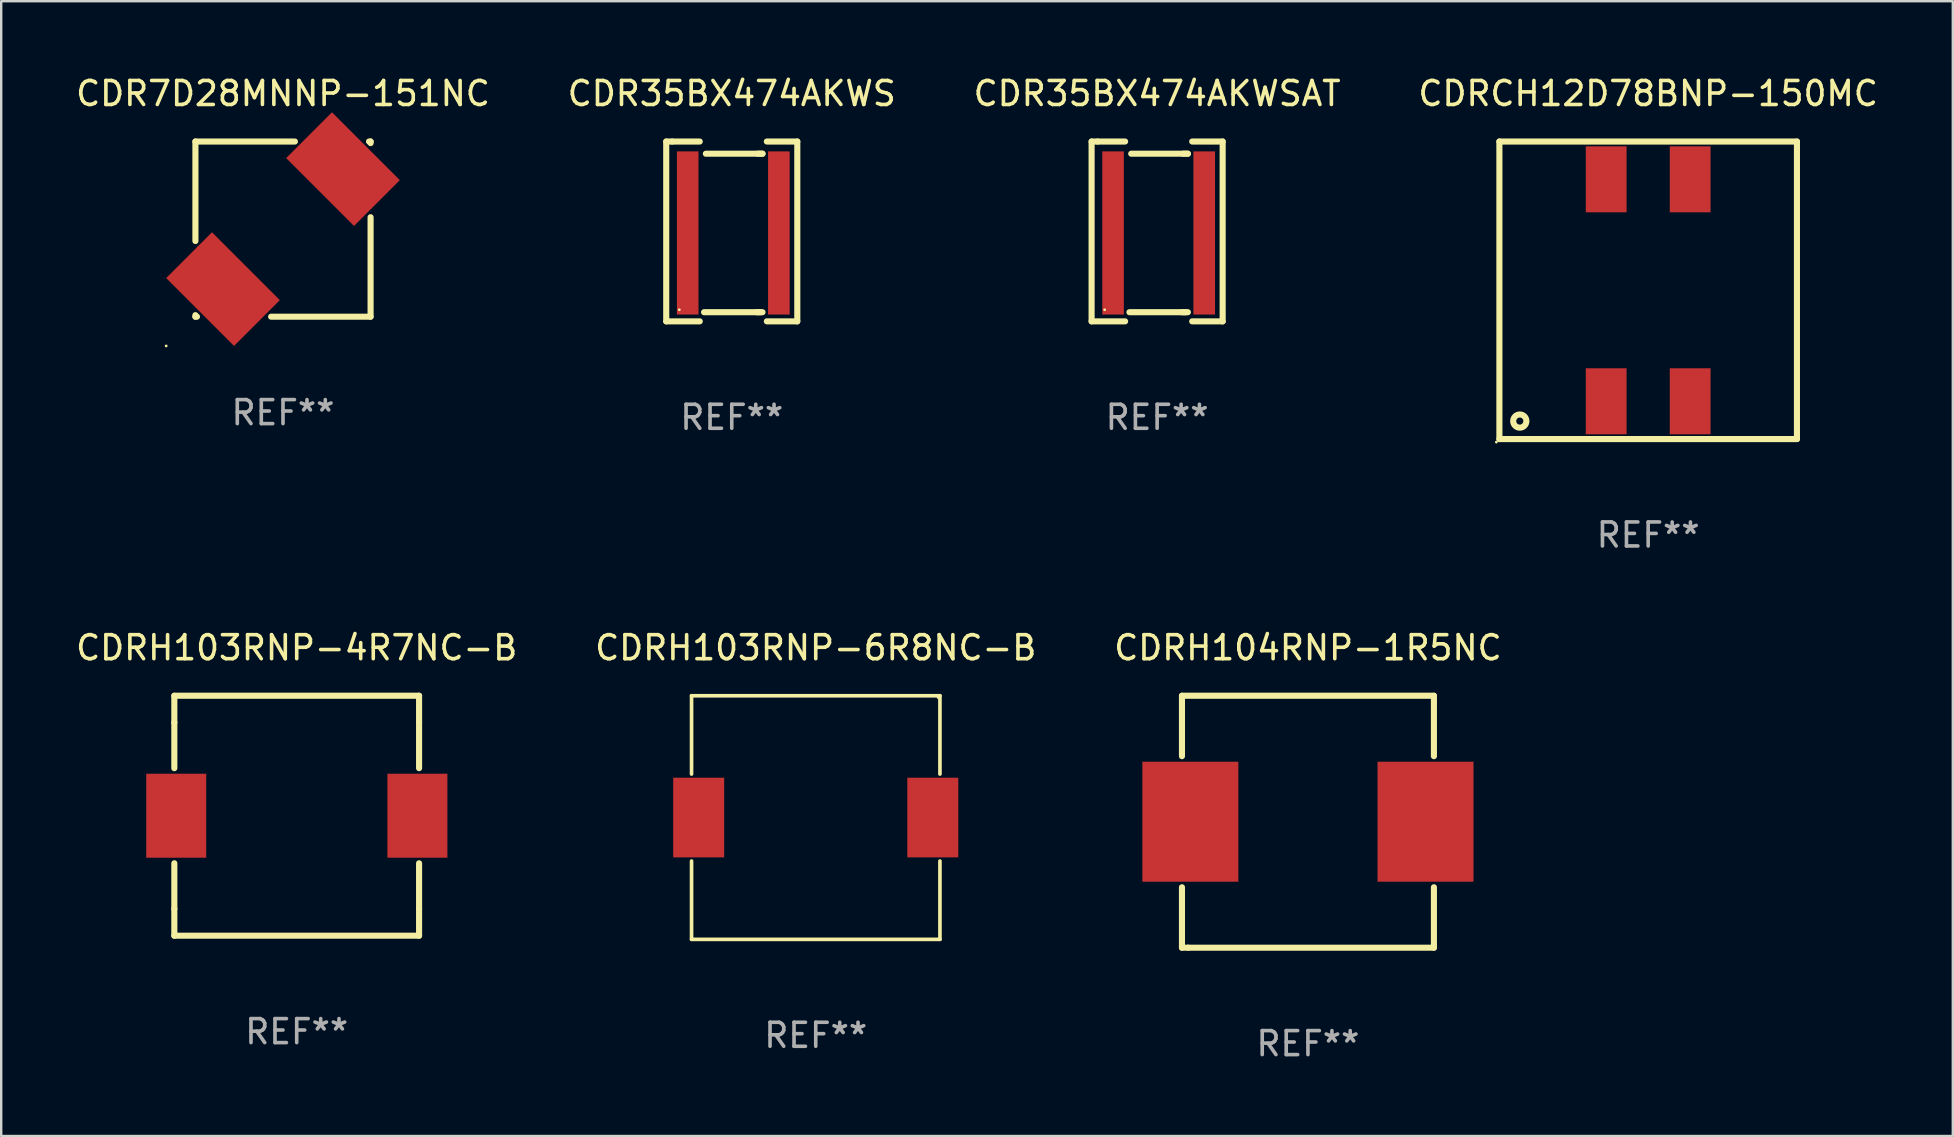
<source format=kicad_pcb>
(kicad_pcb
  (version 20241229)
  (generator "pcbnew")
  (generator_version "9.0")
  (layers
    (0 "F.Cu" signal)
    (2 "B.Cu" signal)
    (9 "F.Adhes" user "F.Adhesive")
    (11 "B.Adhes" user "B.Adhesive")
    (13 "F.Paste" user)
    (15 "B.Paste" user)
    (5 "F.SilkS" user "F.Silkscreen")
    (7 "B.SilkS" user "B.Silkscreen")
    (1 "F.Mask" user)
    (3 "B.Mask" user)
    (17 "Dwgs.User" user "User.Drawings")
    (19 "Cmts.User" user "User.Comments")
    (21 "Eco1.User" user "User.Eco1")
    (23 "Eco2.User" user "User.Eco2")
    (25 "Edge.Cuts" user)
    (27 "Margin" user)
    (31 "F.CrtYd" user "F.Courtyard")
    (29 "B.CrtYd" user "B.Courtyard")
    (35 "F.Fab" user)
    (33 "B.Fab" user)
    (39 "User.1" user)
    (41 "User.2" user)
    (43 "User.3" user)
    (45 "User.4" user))
  (footprint "CDR35BX474AKWSAT"
    (layer "F.Cu")
    (at 45.173 6.595)
    (property "Reference" "CDR35BX474AKWSAT" (at 0 -5.747 0) (layer "F.SilkS") (effects (font (size 1 1) (thickness 0.15))))
    (attr through_hole)
    (fp_line (start -2.731 -3.747) (end -2.731 3.747) (stroke (width 0.254) (type solid)) (layer "F.SilkS"))
    (fp_line (start -2.731 3.747) (end -1.334 3.747) (stroke (width 0.254) (type solid)) (layer "F.SilkS"))
    (fp_line (start -2.477 -3.747) (end -2.731 -3.747) (stroke (width 0.254) (type solid)) (layer "F.SilkS"))
    (fp_line (start -1.334 -3.747) (end -2.477 -3.747) (stroke (width 0.254) (type solid)) (layer "F.SilkS"))
    (fp_line (start -1.08 -3.239) (end 1.282 -3.239) (stroke (width 0.254) (type solid)) (layer "F.SilkS"))
    (fp_line (start 1.034 3.366) (end 1.282 3.366) (stroke (width 0.254) (type solid)) (layer "F.SilkS"))
    (fp_line (start 1.084 -3.239) (end 1.282 -3.239) (stroke (width 0.254) (type solid)) (layer "F.SilkS"))
    (fp_line (start 1.207 3.366) (end -1.155 3.366) (stroke (width 0.254) (type solid)) (layer "F.SilkS"))
    (fp_line (start 1.461 3.747) (end 2.731 3.747) (stroke (width 0.254) (type solid)) (layer "F.SilkS"))
    (fp_line (start 2.731 -3.747) (end 1.461 -3.747) (stroke (width 0.254) (type solid)) (layer "F.SilkS"))
    (fp_line (start 2.731 3.747) (end 2.731 -3.747) (stroke (width 0.254) (type solid)) (layer "F.SilkS"))
    (fp_circle (center -2.186 3.264) (end -2.156 3.264) (stroke (width 0.06) (type solid)) (fill no) (layer "F.SilkS"))
    (fp_text user "REF**" (at 0 7.747 0) (layer "F.Fab") (effects (font (size 1 1) (thickness 0.15))))
    (pad "1" smd rect (at -1.836 0.064) (size 0.9 6.8) (layers "F.Cu" "F.Mask" "F.Paste"))
    (pad "2" smd rect (at 1.963 0.064) (size 0.9 6.8) (layers "F.Cu" "F.Mask" "F.Paste")))
  (footprint "CDR7D28MNNP-151NC"
    (layer "F.Cu")
    (at 8.744 6.498)
    (property "Reference" "CDR7D28MNNP-151NC" (at 0 -5.65 0) (layer "F.SilkS") (effects (font (size 1 1) (thickness 0.15))))
    (attr through_hole)
    (fp_line (start -3.65 -3.65) (end -3.65 0.496) (stroke (width 0.254) (type solid)) (layer "F.SilkS"))
    (fp_line (start -3.65 3.585) (end -3.65 3.65) (stroke (width 0.254) (type solid)) (layer "F.SilkS"))
    (fp_line (start -3.65 3.65) (end -3.585 3.65) (stroke (width 0.254) (type solid)) (layer "F.SilkS"))
    (fp_line (start -0.496 3.65) (end 3.65 3.65) (stroke (width 0.254) (type solid)) (layer "F.SilkS"))
    (fp_line (start 0.496 -3.65) (end -3.65 -3.65) (stroke (width 0.254) (type solid)) (layer "F.SilkS"))
    (fp_line (start 3.65 -3.65) (end 3.585 -3.65) (stroke (width 0.254) (type solid)) (layer "F.SilkS"))
    (fp_line (start 3.65 -3.585) (end 3.65 -3.65) (stroke (width 0.254) (type solid)) (layer "F.SilkS"))
    (fp_line (start 3.65 3.65) (end 3.65 -0.496) (stroke (width 0.254) (type solid)) (layer "F.SilkS"))
    (fp_circle (center -4.869 4.869) (end -4.839 4.869) (stroke (width 0.06) (type solid)) (fill no) (layer "F.SilkS"))
    (fp_text user "REF**" (at 0 7.65 0) (layer "F.Fab") (effects (font (size 1 1) (thickness 0.15))))
    (pad "1" smd rect (at -2.5 2.5 315) (size 4 2.7) (layers "F.Cu" "F.Mask" "F.Paste"))
    (pad "2" smd rect (at 2.5 -2.5 315) (size 4 2.7) (layers "F.Cu" "F.Mask" "F.Paste")))
  (footprint "CDRH104RNP-1R5NC"
    (layer "F.Cu")
    (at 51.458 31.195)
    (property "Reference" "CDRH104RNP-1R5NC" (at 0 -7.25 0) (layer "F.SilkS") (effects (font (size 1 1) (thickness 0.15))))
    (attr through_hole)
    (fp_line (start -5.25 -5.25) (end -5.25 -2.731) (stroke (width 0.254) (type solid)) (layer "F.SilkS"))
    (fp_line (start -5.25 -5.25) (end 5.25 -5.25) (stroke (width 0.254) (type solid)) (layer "F.SilkS"))
    (fp_line (start -5.25 2.731) (end -5.25 5.25) (stroke (width 0.254) (type solid)) (layer "F.SilkS"))
    (fp_line (start -4.989 5.25) (end -5.25 5.25) (stroke (width 0.254) (type solid)) (layer "F.SilkS"))
    (fp_line (start 5.25 -5.25) (end 5.25 -2.731) (stroke (width 0.254) (type solid)) (layer "F.SilkS"))
    (fp_line (start 5.25 2.731) (end 5.25 5.25) (stroke (width 0.254) (type solid)) (layer "F.SilkS"))
    (fp_line (start 5.25 5.25) (end -4.989 5.25) (stroke (width 0.254) (type solid)) (layer "F.SilkS"))
    (fp_circle (center -5.25 5.25) (end -5.22 5.25) (stroke (width 0.06) (type solid)) (fill no) (layer "F.SilkS"))
    (fp_text user "REF**" (at 0 9.25 0) (layer "F.Fab") (effects (font (size 1 1) (thickness 0.15))))
    (pad "1" smd rect (at -4.9 -0.000013) (size 4 5) (layers "F.Cu" "F.Mask" "F.Paste"))
    (pad "2" smd rect (at 4.9 -0.000013) (size 4 5) (layers "F.Cu" "F.Mask" "F.Paste")))
  (footprint "CDRH103RNP-6R8NC-B"
    (layer "F.Cu")
    (at 30.946 31.021)
    (property "Reference" "CDRH103RNP-6R8NC-B" (at 0 -7.076 0) (layer "F.SilkS") (effects (font (size 1 1) (thickness 0.15))))
    (attr through_hole)
    (fp_line (start -5.176 -5.076) (end 5.176 -5.076) (stroke (width 0.152) (type solid)) (layer "F.SilkS"))
    (fp_line (start -5.176 -1.812) (end -5.176 -5.076) (stroke (width 0.152) (type solid)) (layer "F.SilkS"))
    (fp_line (start -5.176 1.812) (end -5.176 5.076) (stroke (width 0.152) (type solid)) (layer "F.SilkS"))
    (fp_line (start -5.176 5.076) (end 5.176 5.076) (stroke (width 0.152) (type solid)) (layer "F.SilkS"))
    (fp_line (start 5.176 -5.076) (end 5.176 -1.812) (stroke (width 0.152) (type solid)) (layer "F.SilkS"))
    (fp_line (start 5.176 5.076) (end 5.176 1.812) (stroke (width 0.152) (type solid)) (layer "F.SilkS"))
    (fp_circle (center 5.1 -5) (end 5.13 -5) (stroke (width 0.06) (type solid)) (fill no) (layer "F.SilkS"))
    (fp_text user "REF**" (at 0 9.076 0) (layer "F.Fab") (effects (font (size 1 1) (thickness 0.15))))
    (pad "1" smd rect (at 4.878 0) (size 2.124 3.32) (layers "F.Cu" "F.Mask" "F.Paste"))
    (pad "2" smd rect (at -4.878 0) (size 2.124 3.32) (layers "F.Cu" "F.Mask" "F.Paste")))
  (footprint "CDR35BX474AKWS"
    (layer "F.Cu")
    (at 27.446 6.595)
    (property "Reference" "CDR35BX474AKWS" (at 0 -5.747 0) (layer "F.SilkS") (effects (font (size 1 1) (thickness 0.15))))
    (attr through_hole)
    (fp_line (start -2.731 -3.747) (end -2.731 3.747) (stroke (width 0.254) (type solid)) (layer "F.SilkS"))
    (fp_line (start -2.731 3.747) (end -1.334 3.747) (stroke (width 0.254) (type solid)) (layer "F.SilkS"))
    (fp_line (start -2.477 -3.747) (end -2.731 -3.747) (stroke (width 0.254) (type solid)) (layer "F.SilkS"))
    (fp_line (start -1.334 -3.747) (end -2.477 -3.747) (stroke (width 0.254) (type solid)) (layer "F.SilkS"))
    (fp_line (start -1.08 -3.239) (end 1.282 -3.239) (stroke (width 0.254) (type solid)) (layer "F.SilkS"))
    (fp_line (start 1.034 3.366) (end 1.282 3.366) (stroke (width 0.254) (type solid)) (layer "F.SilkS"))
    (fp_line (start 1.084 -3.239) (end 1.282 -3.239) (stroke (width 0.254) (type solid)) (layer "F.SilkS"))
    (fp_line (start 1.207 3.366) (end -1.155 3.366) (stroke (width 0.254) (type solid)) (layer "F.SilkS"))
    (fp_line (start 1.461 3.747) (end 2.731 3.747) (stroke (width 0.254) (type solid)) (layer "F.SilkS"))
    (fp_line (start 2.731 -3.747) (end 1.461 -3.747) (stroke (width 0.254) (type solid)) (layer "F.SilkS"))
    (fp_line (start 2.731 3.747) (end 2.731 -3.747) (stroke (width 0.254) (type solid)) (layer "F.SilkS"))
    (fp_circle (center -2.186 3.264) (end -2.156 3.264) (stroke (width 0.06) (type solid)) (fill no) (layer "F.SilkS"))
    (fp_text user "REF**" (at 0 7.747 0) (layer "F.Fab") (effects (font (size 1 1) (thickness 0.15))))
    (pad "1" smd rect (at -1.836 0.064) (size 0.9 6.8) (layers "F.Cu" "F.Mask" "F.Paste"))
    (pad "2" smd rect (at 1.963 0.064) (size 0.9 6.8) (layers "F.Cu" "F.Mask" "F.Paste")))
  (footprint "CDRCH12D78BNP-150MC"
    (layer "F.Cu")
    (at 65.637 9.048)
    (property "Reference" "CDRCH12D78BNP-150MC" (at 0 -8.2 0) (layer "F.SilkS") (effects (font (size 1 1) (thickness 0.15))))
    (attr through_hole)
    (fp_line (start -6.2 -6.2) (end -6.2 6.2) (stroke (width 0.254) (type solid)) (layer "F.SilkS"))
    (fp_line (start -6.2 -6.2) (end 6.2 -6.2) (stroke (width 0.254) (type solid)) (layer "F.SilkS"))
    (fp_line (start 6.2 6.2) (end -6.2 6.2) (stroke (width 0.254) (type solid)) (layer "F.SilkS"))
    (fp_line (start 6.2 6.2) (end 6.2 -6.2) (stroke (width 0.254) (type solid)) (layer "F.SilkS"))
    (fp_circle (center -6.327 6.327) (end -6.297 6.327) (stroke (width 0.06) (type solid)) (fill no) (layer "F.SilkS"))
    (fp_circle (center -5.35 5.45) (end -5.075 5.45) (stroke (width 0.254) (type solid)) (fill no) (layer "F.SilkS"))
    (fp_text user "REF**" (at 0 10.2 0) (layer "F.Fab") (effects (font (size 1 1) (thickness 0.15))))
    (pad "1" smd rect (at -1.75 4.625 180) (size 1.7 2.75) (layers "F.Cu" "F.Mask" "F.Paste"))
    (pad "2" smd rect (at 1.75 4.625 180) (size 1.7 2.75) (layers "F.Cu" "F.Mask" "F.Paste"))
    (pad "3" smd rect (at 1.75 -4.625 180) (size 1.7 2.75) (layers "F.Cu" "F.Mask" "F.Paste"))
    (pad "4" smd rect (at -1.75 -4.625 180) (size 1.7 2.75) (layers "F.Cu" "F.Mask" "F.Paste")))
  (footprint "CDRH103RNP-4R7NC-B"
    (layer "F.Cu")
    (at 9.315 30.945)
    (property "Reference" "CDRH103RNP-4R7NC-B" (at 0 -7 0) (layer "F.SilkS") (effects (font (size 1 1) (thickness 0.15))))
    (attr through_hole)
    (fp_line (start -5.1 -5) (end 5.1 -5) (stroke (width 0.254) (type solid)) (layer "F.SilkS"))
    (fp_line (start -5.1 -3.881) (end -5.1 -5) (stroke (width 0.254) (type solid)) (layer "F.SilkS"))
    (fp_line (start -5.1 -3.881) (end -5.1 -1.981) (stroke (width 0.254) (type solid)) (layer "F.SilkS"))
    (fp_line (start -5.1 1.981) (end -5.1 3.881) (stroke (width 0.254) (type solid)) (layer "F.SilkS"))
    (fp_line (start -5.1 5) (end -5.1 3.881) (stroke (width 0.254) (type solid)) (layer "F.SilkS"))
    (fp_line (start -5.1 5) (end 5.1 5) (stroke (width 0.254) (type solid)) (layer "F.SilkS"))
    (fp_line (start 5.1 -5) (end 5.1 -3.881) (stroke (width 0.254) (type solid)) (layer "F.SilkS"))
    (fp_line (start 5.1 -3.881) (end 5.1 -1.981) (stroke (width 0.254) (type solid)) (layer "F.SilkS"))
    (fp_line (start 5.1 1.981) (end 5.1 3.881) (stroke (width 0.254) (type solid)) (layer "F.SilkS"))
    (fp_line (start 5.1 3.881) (end 5.1 5) (stroke (width 0.254) (type solid)) (layer "F.SilkS"))
    (fp_circle (center -5.1 5) (end -5.07 5) (stroke (width 0.06) (type solid)) (fill no) (layer "F.SilkS"))
    (fp_text user "REF**" (at 0 9 0) (layer "F.Fab") (effects (font (size 1 1) (thickness 0.15))))
    (pad "1" smd rect (at -5.021 0) (size 2.5 3.5) (layers "F.Cu" "F.Mask" "F.Paste"))
    (pad "2" smd rect (at 5.03 0) (size 2.5 3.5) (layers "F.Cu" "F.Mask" "F.Paste")))
  (gr_rect
    (start -3 -3)
    (end 78.333 44.293)
    (stroke (width 0.1) (type default))
    (fill no)
    (layer "Edge.Cuts")))
</source>
